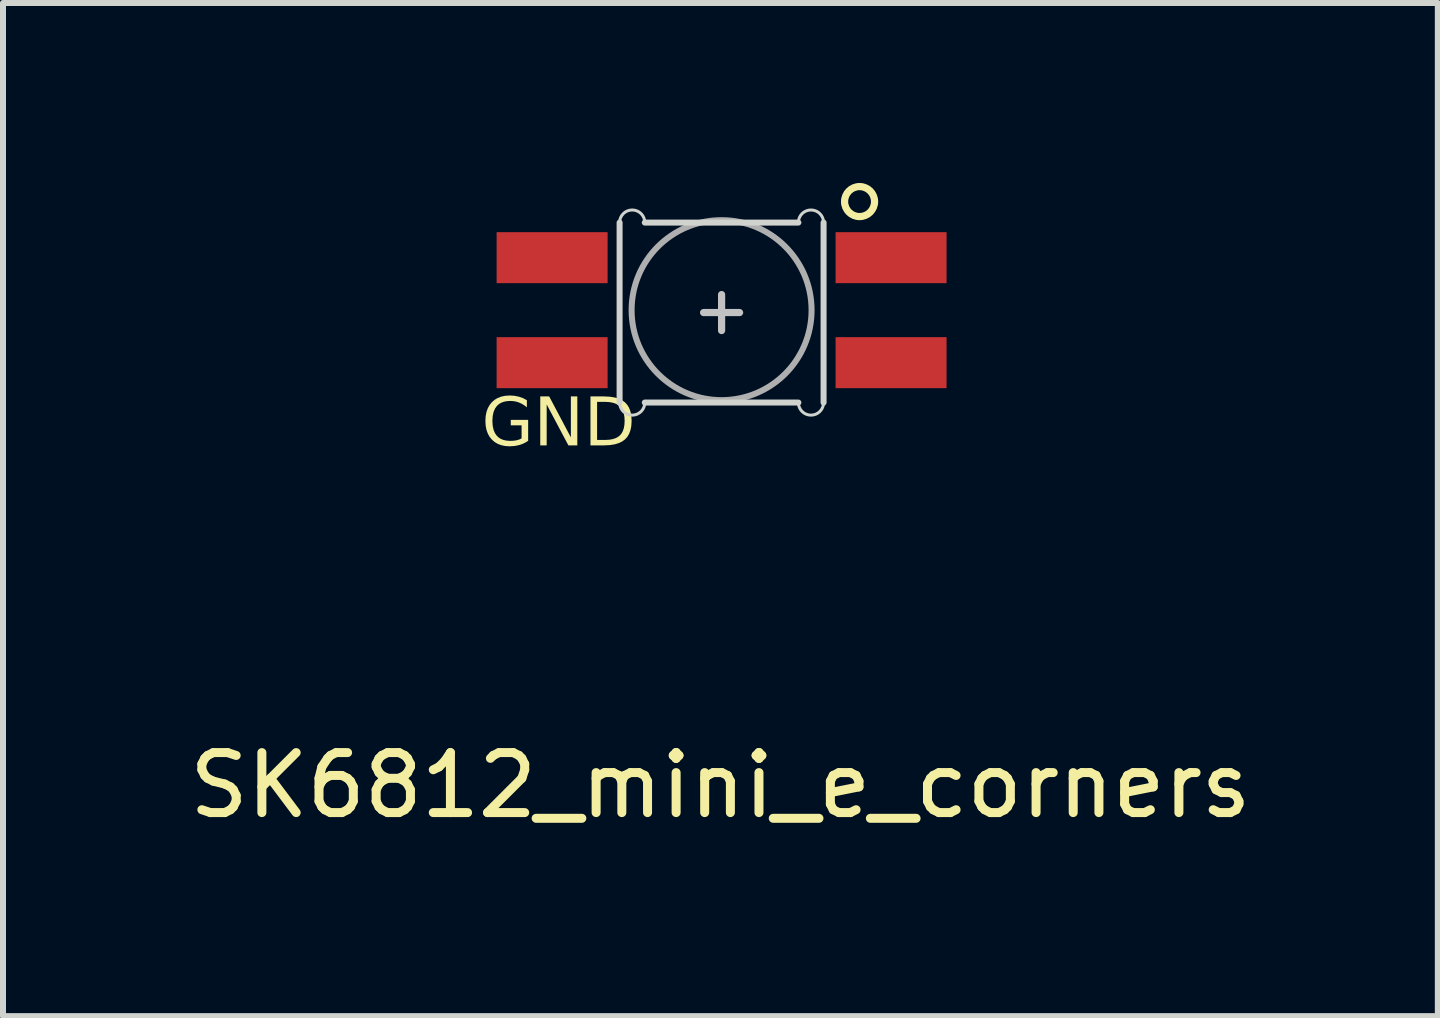
<source format=kicad_pcb>
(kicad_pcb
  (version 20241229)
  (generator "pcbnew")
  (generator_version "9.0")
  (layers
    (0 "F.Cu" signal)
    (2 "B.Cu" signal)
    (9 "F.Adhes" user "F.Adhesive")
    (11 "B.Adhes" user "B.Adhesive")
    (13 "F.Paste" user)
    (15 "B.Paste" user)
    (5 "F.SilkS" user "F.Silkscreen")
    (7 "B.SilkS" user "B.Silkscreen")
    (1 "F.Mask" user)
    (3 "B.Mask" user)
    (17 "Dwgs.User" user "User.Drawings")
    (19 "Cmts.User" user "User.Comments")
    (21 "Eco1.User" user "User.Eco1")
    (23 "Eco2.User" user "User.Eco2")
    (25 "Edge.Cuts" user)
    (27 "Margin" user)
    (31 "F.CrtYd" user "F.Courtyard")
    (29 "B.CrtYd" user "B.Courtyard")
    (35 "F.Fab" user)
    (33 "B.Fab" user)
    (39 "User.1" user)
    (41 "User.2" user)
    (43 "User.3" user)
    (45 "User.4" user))
  (footprint "SK6812_mini_e_corners"
    (layer "F.Cu")
    (at 8.978 2.11)
    (property "Reference" "SK6812_mini_e_corners" (at -0.02 7.93 0) (layer "F.SilkS") (effects (font (size 1 1) (thickness 0.15))))
    (attr through_hole)
    (fp_poly (pts (xy -1.9 1.26) (xy -3.3 1.26) (xy -3.7 0.86) (xy -3.7 0.51) (xy -1.9 0.51)) (stroke (width 0.1) (type solid)) (fill yes) (layer "F.Mask"))
    (fp_circle (center 2.3 -1.8) (end 2.45 -2) (stroke (width 0.12) (type solid)) (fill no) (layer "F.SilkS"))
    (fp_poly (pts (xy -1.9 1.26) (xy -3.3 1.26) (xy -3.7 0.86) (xy -3.7 0.51) (xy -1.9 0.51)) (stroke (width 0.1) (type solid)) (fill yes) (layer "F.Paste"))
    (fp_line (start -0.3 0.05) (end 0.3 0.05) (stroke (width 0.12) (type solid)) (layer "Dwgs.User"))
    (fp_line (start 0 0.35) (end 0 -0.25) (stroke (width 0.12) (type solid)) (layer "Dwgs.User"))
    (fp_line (start -1.7 -1.45) (end -1.7 1.55) (stroke (width 0.1) (type solid)) (layer "Edge.Cuts"))
    (fp_line (start -1.28 -1.45) (end 1.28 -1.45) (stroke (width 0.1) (type solid)) (layer "Edge.Cuts"))
    (fp_line (start 1.28 1.55) (end -1.28 1.55) (stroke (width 0.1) (type solid)) (layer "Edge.Cuts"))
    (fp_line (start 1.7 1.55) (end 1.7 -1.45) (stroke (width 0.1) (type solid)) (layer "Edge.Cuts"))
    (fp_arc (start -1.7 -1.45) (mid -1.49 -1.66) (end -1.28 -1.45) (stroke (width 0.05) (type default)) (layer "Edge.Cuts"))
    (fp_arc (start -1.28 1.55) (mid -1.49 1.76) (end -1.7 1.55) (stroke (width 0.05) (type default)) (layer "Edge.Cuts"))
    (fp_arc (start 1.28 -1.45) (mid 1.49 -1.66) (end 1.7 -1.45) (stroke (width 0.05) (type default)) (layer "Edge.Cuts"))
    (fp_arc (start 1.7 1.55) (mid 1.49 1.76) (end 1.28 1.55) (stroke (width 0.05) (type default)) (layer "Edge.Cuts"))
    (fp_circle (center 0 0.01) (end 0 -1.49) (stroke (width 0.1) (type solid)) (fill no) (layer "F.Fab"))
    (fp_text user "GND" (at -4 2.4 0) (unlocked yes) (layer "F.SilkS") (effects (font (face "Fira Sans") (size 0.8 0.8) (thickness 0.1)) (justify left bottom)))
    (pad "1" smd rect (at 2.825 0.885) (size 1.85 0.85) (layers "F.Cu" "F.Mask" "F.Paste"))
    (pad "2" smd rect (at -2.825 0.885) (size 1.85 0.85) (layers "F.Cu"))
    (pad "3" smd rect (at -2.825 -0.865 180) (size 1.85 0.85) (layers "F.Cu" "F.Mask" "F.Paste"))
    (pad "4" smd rect (at 2.825 -0.865 180) (size 1.85 0.85) (layers "F.Cu" "F.Mask" "F.Paste")))
  (gr_rect
    (start -3 -3)
    (end 20.917 13.888)
    (stroke (width 0.1) (type default))
    (fill no)
    (layer "Edge.Cuts")))
</source>
